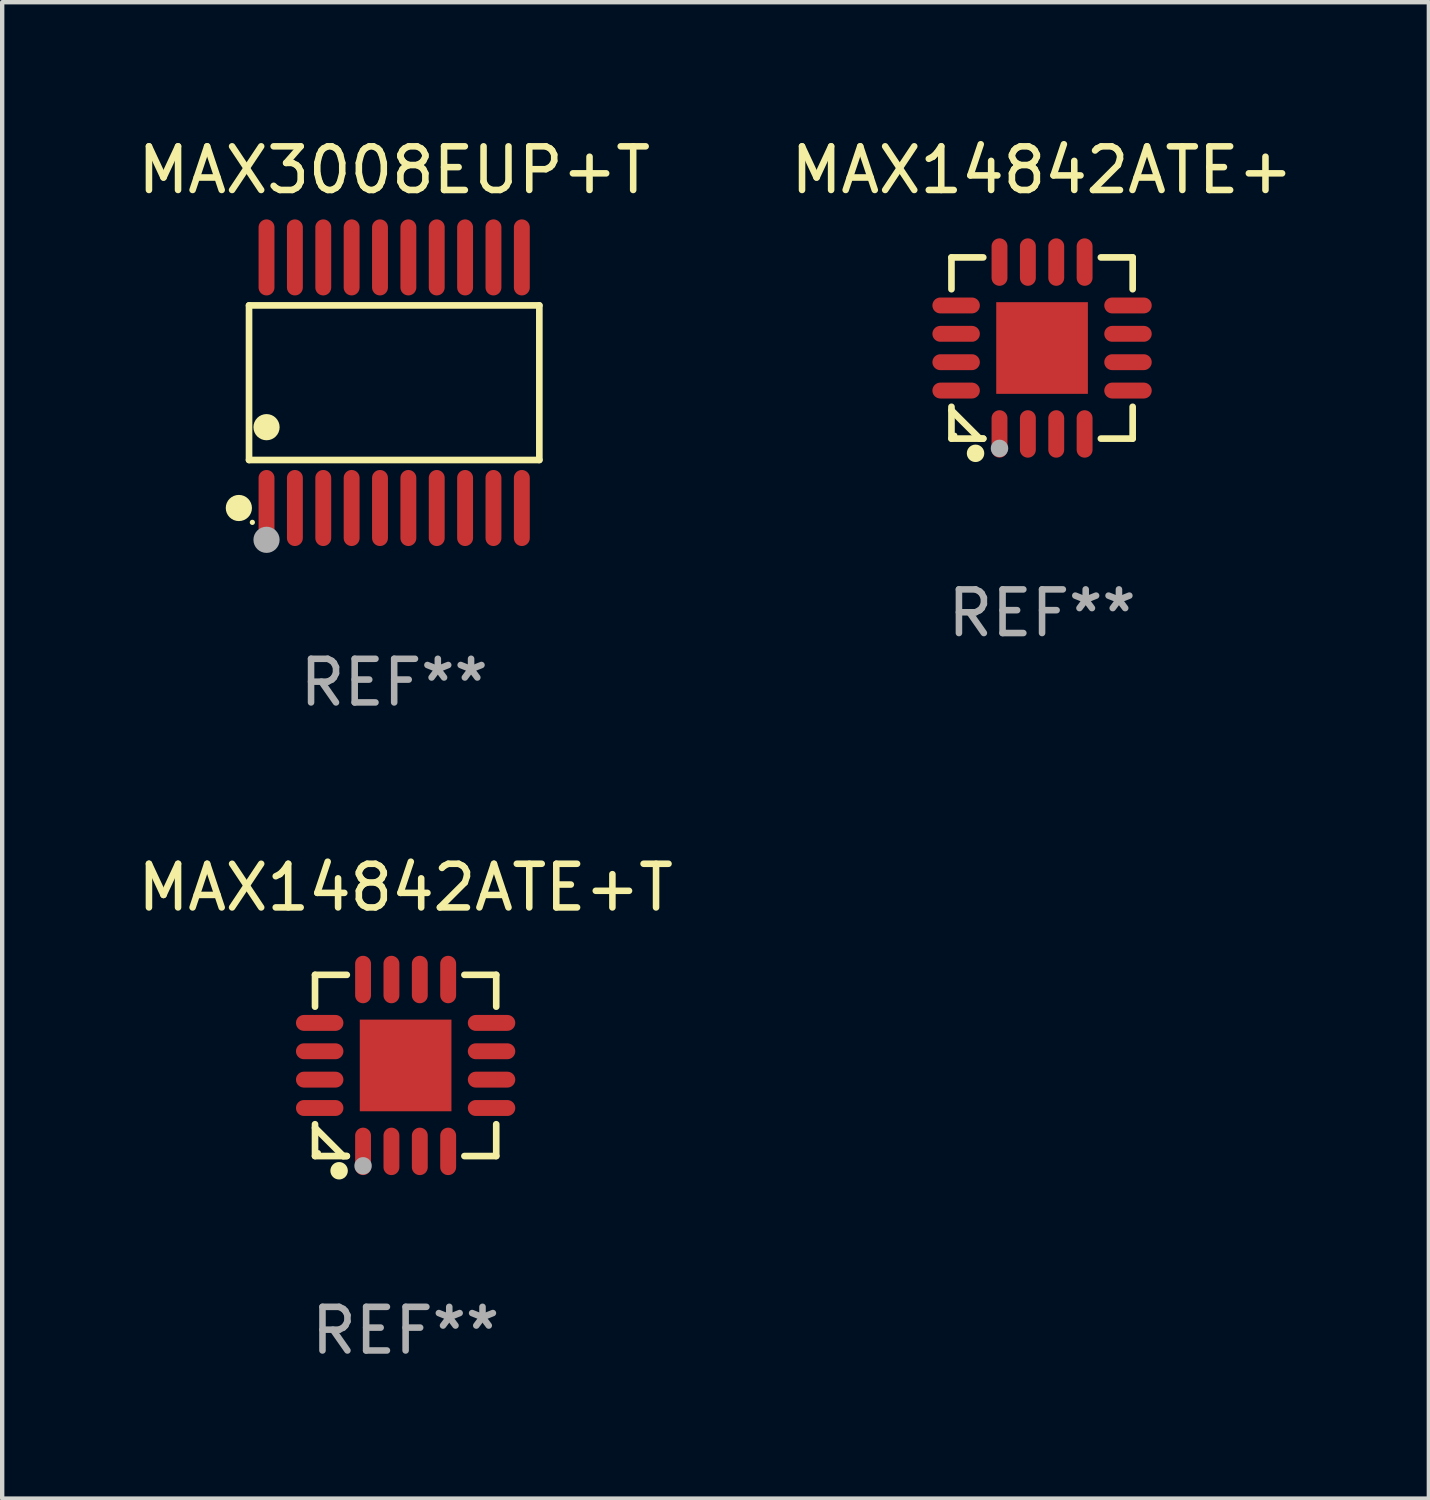
<source format=kicad_pcb>
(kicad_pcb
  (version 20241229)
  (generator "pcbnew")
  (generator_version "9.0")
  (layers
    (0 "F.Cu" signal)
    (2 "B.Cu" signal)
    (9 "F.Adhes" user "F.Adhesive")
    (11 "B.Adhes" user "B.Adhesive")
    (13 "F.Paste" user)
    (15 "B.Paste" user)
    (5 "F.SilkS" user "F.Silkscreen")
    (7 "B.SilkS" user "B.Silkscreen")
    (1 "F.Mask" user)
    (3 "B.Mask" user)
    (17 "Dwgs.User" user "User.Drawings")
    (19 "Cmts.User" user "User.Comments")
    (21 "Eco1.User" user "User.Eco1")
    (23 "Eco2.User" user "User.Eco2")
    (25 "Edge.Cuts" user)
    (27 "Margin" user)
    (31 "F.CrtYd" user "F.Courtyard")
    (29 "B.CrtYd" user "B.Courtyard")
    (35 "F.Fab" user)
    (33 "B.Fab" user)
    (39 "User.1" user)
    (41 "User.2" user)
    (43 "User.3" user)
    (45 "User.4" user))
  (footprint "MAX3008EUP+T"
    (layer "F.Cu")
    (at 5.982 5.719)
    (property "Reference" "MAX3008EUP+T" (at 0 -4.871 0) (layer "F.SilkS") (effects (font (size 1 1) (thickness 0.15))))
    (attr through_hole)
    (fp_line (start -3.326 -1.771) (end 3.326 -1.771) (stroke (width 0.152) (type solid)) (layer "F.SilkS"))
    (fp_line (start -3.326 1.771) (end -3.326 -1.771) (stroke (width 0.152) (type solid)) (layer "F.SilkS"))
    (fp_line (start 3.326 -1.771) (end 3.326 1.771) (stroke (width 0.152) (type solid)) (layer "F.SilkS"))
    (fp_line (start 3.326 1.771) (end -3.326 1.771) (stroke (width 0.152) (type solid)) (layer "F.SilkS"))
    (fp_circle (center -3.559 2.871) (end -3.409 2.871) (stroke (width 0.3) (type solid)) (fill no) (layer "F.SilkS"))
    (fp_circle (center -3.25 3.2) (end -3.22 3.2) (stroke (width 0.06) (type solid)) (fill no) (layer "F.SilkS"))
    (fp_circle (center -2.925 1.019) (end -2.775 1.019) (stroke (width 0.3) (type solid)) (fill no) (layer "F.SilkS"))
    (fp_circle (center -2.925 3.6) (end -2.775 3.6) (stroke (width 0.3) (type solid)) (fill no) (layer "F.Fab"))
    (fp_text user "REF**" (at 0 6.871 0) (layer "F.Fab") (effects (font (size 1 1) (thickness 0.15))))
    (pad "1" smd oval (at -2.925 2.871) (size 0.364 1.742) (layers "F.Cu" "F.Mask" "F.Paste"))
    (pad "2" smd oval (at -2.275 2.871) (size 0.364 1.742) (layers "F.Cu" "F.Mask" "F.Paste"))
    (pad "3" smd oval (at -1.625 2.871) (size 0.364 1.742) (layers "F.Cu" "F.Mask" "F.Paste"))
    (pad "4" smd oval (at -0.975 2.871) (size 0.364 1.742) (layers "F.Cu" "F.Mask" "F.Paste"))
    (pad "5" smd oval (at -0.325 2.871) (size 0.364 1.742) (layers "F.Cu" "F.Mask" "F.Paste"))
    (pad "6" smd oval (at 0.325 2.871) (size 0.364 1.742) (layers "F.Cu" "F.Mask" "F.Paste"))
    (pad "7" smd oval (at 0.975 2.871) (size 0.364 1.742) (layers "F.Cu" "F.Mask" "F.Paste"))
    (pad "8" smd oval (at 1.625 2.871) (size 0.364 1.742) (layers "F.Cu" "F.Mask" "F.Paste"))
    (pad "9" smd oval (at 2.275 2.871) (size 0.364 1.742) (layers "F.Cu" "F.Mask" "F.Paste"))
    (pad "10" smd oval (at 2.925 2.871) (size 0.364 1.742) (layers "F.Cu" "F.Mask" "F.Paste"))
    (pad "11" smd oval (at 2.925 -2.871) (size 0.364 1.742) (layers "F.Cu" "F.Mask" "F.Paste"))
    (pad "12" smd oval (at 2.275 -2.871) (size 0.364 1.742) (layers "F.Cu" "F.Mask" "F.Paste"))
    (pad "13" smd oval (at 1.625 -2.871) (size 0.364 1.742) (layers "F.Cu" "F.Mask" "F.Paste"))
    (pad "14" smd oval (at 0.975 -2.871) (size 0.364 1.742) (layers "F.Cu" "F.Mask" "F.Paste"))
    (pad "15" smd oval (at 0.325 -2.871) (size 0.364 1.742) (layers "F.Cu" "F.Mask" "F.Paste"))
    (pad "16" smd oval (at -0.325 -2.871) (size 0.364 1.742) (layers "F.Cu" "F.Mask" "F.Paste"))
    (pad "17" smd oval (at -0.975 -2.871) (size 0.364 1.742) (layers "F.Cu" "F.Mask" "F.Paste"))
    (pad "18" smd oval (at -1.625 -2.871) (size 0.364 1.742) (layers "F.Cu" "F.Mask" "F.Paste"))
    (pad "19" smd oval (at -2.275 -2.871) (size 0.364 1.742) (layers "F.Cu" "F.Mask" "F.Paste"))
    (pad "20" smd oval (at -2.925 -2.871) (size 0.364 1.742) (layers "F.Cu" "F.Mask" "F.Paste")))
  (footprint "MAX14842ATE+T"
    (layer "F.Cu")
    (at 6.244 21.363)
    (property "Reference" "MAX14842ATE+T" (at 0 -4.076 0) (layer "F.SilkS") (effects (font (size 1 1) (thickness 0.15))))
    (attr through_hole)
    (fp_line (start -2.076 -2.076) (end -1.347 -2.076) (stroke (width 0.152) (type solid)) (layer "F.SilkS"))
    (fp_line (start -2.076 -1.347) (end -2.076 -2.076) (stroke (width 0.152) (type solid)) (layer "F.SilkS"))
    (fp_line (start -2.076 1.347) (end -2.076 2.076) (stroke (width 0.152) (type solid)) (layer "F.SilkS"))
    (fp_line (start -2.076 2.076) (end -1.347 2.076) (stroke (width 0.152) (type solid)) (layer "F.SilkS"))
    (fp_line (start -1.429 2.076) (end -2.076 1.429) (stroke (width 0.152) (type solid)) (layer "F.SilkS"))
    (fp_line (start -1.347 2.076) (end -1.429 2.076) (stroke (width 0.152) (type solid)) (layer "F.SilkS"))
    (fp_line (start 2.076 -2.076) (end 1.347 -2.076) (stroke (width 0.152) (type solid)) (layer "F.SilkS"))
    (fp_line (start 2.076 -1.347) (end 2.076 -2.076) (stroke (width 0.152) (type solid)) (layer "F.SilkS"))
    (fp_line (start 2.076 1.347) (end 2.076 2.076) (stroke (width 0.152) (type solid)) (layer "F.SilkS"))
    (fp_line (start 2.076 2.076) (end 1.347 2.076) (stroke (width 0.152) (type solid)) (layer "F.SilkS"))
    (fp_circle (center -2 2) (end -1.97 2) (stroke (width 0.06) (type solid)) (fill no) (layer "F.SilkS"))
    (fp_circle (center -1.524 2.413) (end -1.424 2.413) (stroke (width 0.2) (type solid)) (fill no) (layer "F.SilkS"))
    (fp_circle (center -0.975 2.3) (end -0.875 2.3) (stroke (width 0.2) (type solid)) (fill no) (layer "F.Fab"))
    (fp_text user "REF**" (at 0 6.076 0) (layer "F.Fab") (effects (font (size 1 1) (thickness 0.15))))
    (pad "1" smd oval (at -0.975 1.969) (size 0.364 1.087) (layers "F.Cu" "F.Mask" "F.Paste"))
    (pad "2" smd oval (at -0.325 1.969) (size 0.364 1.087) (layers "F.Cu" "F.Mask" "F.Paste"))
    (pad "3" smd oval (at 0.325 1.969) (size 0.364 1.087) (layers "F.Cu" "F.Mask" "F.Paste"))
    (pad "4" smd oval (at 0.975 1.969) (size 0.364 1.087) (layers "F.Cu" "F.Mask" "F.Paste"))
    (pad "5" smd oval (at 1.969 0.975) (size 1.087 0.364) (layers "F.Cu" "F.Mask" "F.Paste"))
    (pad "6" smd oval (at 1.969 0.325) (size 1.087 0.364) (layers "F.Cu" "F.Mask" "F.Paste"))
    (pad "7" smd oval (at 1.969 -0.325) (size 1.087 0.364) (layers "F.Cu" "F.Mask" "F.Paste"))
    (pad "8" smd oval (at 1.969 -0.975) (size 1.087 0.364) (layers "F.Cu" "F.Mask" "F.Paste"))
    (pad "9" smd oval (at 0.975 -1.969) (size 0.364 1.087) (layers "F.Cu" "F.Mask" "F.Paste"))
    (pad "10" smd oval (at 0.325 -1.969) (size 0.364 1.087) (layers "F.Cu" "F.Mask" "F.Paste"))
    (pad "11" smd oval (at -0.325 -1.969) (size 0.364 1.087) (layers "F.Cu" "F.Mask" "F.Paste"))
    (pad "12" smd oval (at -0.975 -1.969) (size 0.364 1.087) (layers "F.Cu" "F.Mask" "F.Paste"))
    (pad "13" smd oval (at -1.969 -0.975) (size 1.087 0.364) (layers "F.Cu" "F.Mask" "F.Paste"))
    (pad "14" smd oval (at -1.969 -0.325) (size 1.087 0.364) (layers "F.Cu" "F.Mask" "F.Paste"))
    (pad "15" smd oval (at -1.969 0.325) (size 1.087 0.364) (layers "F.Cu" "F.Mask" "F.Paste"))
    (pad "16" smd oval (at -1.969 0.975) (size 1.087 0.364) (layers "F.Cu" "F.Mask" "F.Paste"))
    (pad "17" smd rect (at 0 0) (size 2.1 2.1) (layers "F.Cu" "F.Mask" "F.Paste")))
  (footprint "MAX14842ATE+"
    (layer "F.Cu")
    (at 20.827 4.924)
    (property "Reference" "MAX14842ATE+" (at 0 -4.076 0) (layer "F.SilkS") (effects (font (size 1 1) (thickness 0.15))))
    (attr through_hole)
    (fp_line (start -2.076 -2.076) (end -1.347 -2.076) (stroke (width 0.152) (type solid)) (layer "F.SilkS"))
    (fp_line (start -2.076 -1.347) (end -2.076 -2.076) (stroke (width 0.152) (type solid)) (layer "F.SilkS"))
    (fp_line (start -2.076 1.347) (end -2.076 2.076) (stroke (width 0.152) (type solid)) (layer "F.SilkS"))
    (fp_line (start -2.076 2.076) (end -1.347 2.076) (stroke (width 0.152) (type solid)) (layer "F.SilkS"))
    (fp_line (start -1.429 2.076) (end -2.076 1.429) (stroke (width 0.152) (type solid)) (layer "F.SilkS"))
    (fp_line (start -1.347 2.076) (end -1.429 2.076) (stroke (width 0.152) (type solid)) (layer "F.SilkS"))
    (fp_line (start 2.076 -2.076) (end 1.347 -2.076) (stroke (width 0.152) (type solid)) (layer "F.SilkS"))
    (fp_line (start 2.076 -1.347) (end 2.076 -2.076) (stroke (width 0.152) (type solid)) (layer "F.SilkS"))
    (fp_line (start 2.076 1.347) (end 2.076 2.076) (stroke (width 0.152) (type solid)) (layer "F.SilkS"))
    (fp_line (start 2.076 2.076) (end 1.347 2.076) (stroke (width 0.152) (type solid)) (layer "F.SilkS"))
    (fp_circle (center -2 2) (end -1.97 2) (stroke (width 0.06) (type solid)) (fill no) (layer "F.SilkS"))
    (fp_circle (center -1.524 2.413) (end -1.424 2.413) (stroke (width 0.2) (type solid)) (fill no) (layer "F.SilkS"))
    (fp_circle (center -0.975 2.3) (end -0.875 2.3) (stroke (width 0.2) (type solid)) (fill no) (layer "F.Fab"))
    (fp_text user "REF**" (at 0 6.076 0) (layer "F.Fab") (effects (font (size 1 1) (thickness 0.15))))
    (pad "1" smd oval (at -0.975 1.969) (size 0.364 1.087) (layers "F.Cu" "F.Mask" "F.Paste"))
    (pad "2" smd oval (at -0.325 1.969) (size 0.364 1.087) (layers "F.Cu" "F.Mask" "F.Paste"))
    (pad "3" smd oval (at 0.325 1.969) (size 0.364 1.087) (layers "F.Cu" "F.Mask" "F.Paste"))
    (pad "4" smd oval (at 0.975 1.969) (size 0.364 1.087) (layers "F.Cu" "F.Mask" "F.Paste"))
    (pad "5" smd oval (at 1.969 0.975) (size 1.087 0.364) (layers "F.Cu" "F.Mask" "F.Paste"))
    (pad "6" smd oval (at 1.969 0.325) (size 1.087 0.364) (layers "F.Cu" "F.Mask" "F.Paste"))
    (pad "7" smd oval (at 1.969 -0.325) (size 1.087 0.364) (layers "F.Cu" "F.Mask" "F.Paste"))
    (pad "8" smd oval (at 1.969 -0.975) (size 1.087 0.364) (layers "F.Cu" "F.Mask" "F.Paste"))
    (pad "9" smd oval (at 0.975 -1.969) (size 0.364 1.087) (layers "F.Cu" "F.Mask" "F.Paste"))
    (pad "10" smd oval (at 0.325 -1.969) (size 0.364 1.087) (layers "F.Cu" "F.Mask" "F.Paste"))
    (pad "11" smd oval (at -0.325 -1.969) (size 0.364 1.087) (layers "F.Cu" "F.Mask" "F.Paste"))
    (pad "12" smd oval (at -0.975 -1.969) (size 0.364 1.087) (layers "F.Cu" "F.Mask" "F.Paste"))
    (pad "13" smd oval (at -1.969 -0.975) (size 1.087 0.364) (layers "F.Cu" "F.Mask" "F.Paste"))
    (pad "14" smd oval (at -1.969 -0.325) (size 1.087 0.364) (layers "F.Cu" "F.Mask" "F.Paste"))
    (pad "15" smd oval (at -1.969 0.325) (size 1.087 0.364) (layers "F.Cu" "F.Mask" "F.Paste"))
    (pad "16" smd oval (at -1.969 0.975) (size 1.087 0.364) (layers "F.Cu" "F.Mask" "F.Paste"))
    (pad "17" smd rect (at 0 0) (size 2.1 2.1) (layers "F.Cu" "F.Mask" "F.Paste")))
  (gr_rect
    (start -3 -3)
    (end 29.69 31.287)
    (stroke (width 0.1) (type default))
    (fill no)
    (layer "Edge.Cuts")))
</source>
